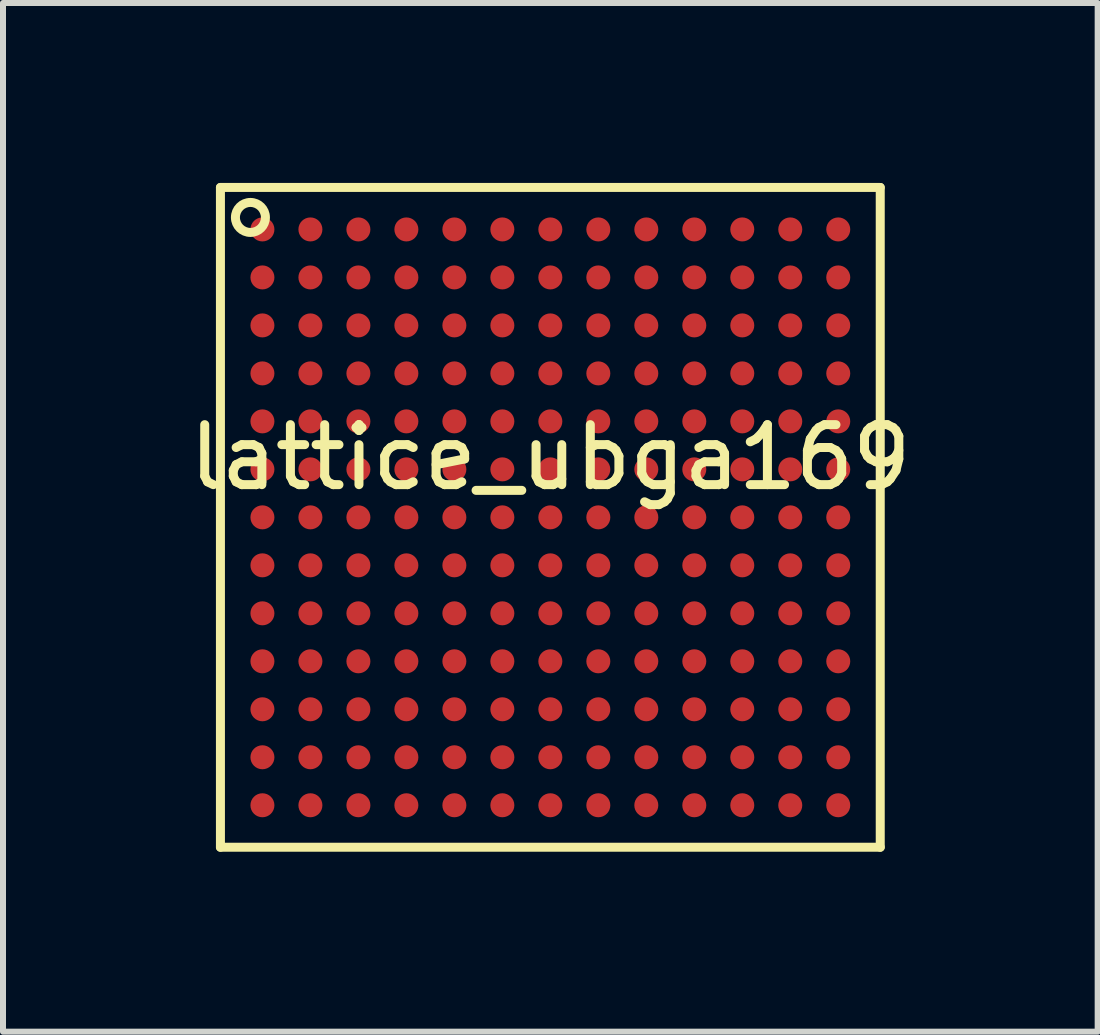
<source format=kicad_pcb>
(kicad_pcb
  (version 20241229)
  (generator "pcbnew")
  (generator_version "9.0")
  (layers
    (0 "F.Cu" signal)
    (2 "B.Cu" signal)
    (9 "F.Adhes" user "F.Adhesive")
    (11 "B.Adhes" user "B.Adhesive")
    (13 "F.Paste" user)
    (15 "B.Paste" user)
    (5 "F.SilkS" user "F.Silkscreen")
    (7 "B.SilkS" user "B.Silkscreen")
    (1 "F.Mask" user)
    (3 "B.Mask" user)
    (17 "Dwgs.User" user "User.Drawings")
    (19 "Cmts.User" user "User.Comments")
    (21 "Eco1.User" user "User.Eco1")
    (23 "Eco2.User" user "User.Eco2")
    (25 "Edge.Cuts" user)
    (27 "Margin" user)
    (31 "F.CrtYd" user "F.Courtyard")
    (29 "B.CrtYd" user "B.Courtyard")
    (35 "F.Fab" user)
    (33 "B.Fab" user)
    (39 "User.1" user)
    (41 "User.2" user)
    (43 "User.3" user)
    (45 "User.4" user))
  (footprint "lattice_ubga169"
    (layer "F.Cu")
    (at 6.125 5.575)
    (property "Reference" "lattice_ubga169" (at 0 -1 0) (layer "F.SilkS") (effects (font (size 1 1) (thickness 0.15))))
    (attr through_hole)
    (fp_line (start -5.5 -5.5) (end -5.5 5.5) (stroke (width 0.15) (type solid)) (layer "F.SilkS"))
    (fp_line (start -5.5 5.5) (end 5.5 5.5) (stroke (width 0.15) (type solid)) (layer "F.SilkS"))
    (fp_line (start 5.5 -5.5) (end -5.5 -5.5) (stroke (width 0.15) (type solid)) (layer "F.SilkS"))
    (fp_line (start 5.5 5.5) (end 5.5 -5.5) (stroke (width 0.15) (type solid)) (layer "F.SilkS"))
    (fp_circle (center -5 -5) (end -5 -4.75) (stroke (width 0.15) (type solid)) (fill no) (layer "F.SilkS"))
    (pad "A1" smd circle (at -4.8 -4.8) (size 0.4 0.4) (layers "F.Cu" "F.Mask" "F.Paste"))
    (pad "A2" smd circle (at -4 -4.8) (size 0.4 0.4) (layers "F.Cu" "F.Mask" "F.Paste"))
    (pad "A3" smd circle (at -3.2 -4.8) (size 0.4 0.4) (layers "F.Cu" "F.Mask" "F.Paste"))
    (pad "A4" smd circle (at -2.4 -4.8) (size 0.4 0.4) (layers "F.Cu" "F.Mask" "F.Paste"))
    (pad "A5" smd circle (at -1.6 -4.8) (size 0.4 0.4) (layers "F.Cu" "F.Mask" "F.Paste"))
    (pad "A6" smd circle (at -0.8 -4.8) (size 0.4 0.4) (layers "F.Cu" "F.Mask" "F.Paste"))
    (pad "A7" smd circle (at 0 -4.8) (size 0.4 0.4) (layers "F.Cu" "F.Mask" "F.Paste"))
    (pad "A8" smd circle (at 0.8 -4.8) (size 0.4 0.4) (layers "F.Cu" "F.Mask" "F.Paste"))
    (pad "A9" smd circle (at 1.6 -4.8) (size 0.4 0.4) (layers "F.Cu" "F.Mask" "F.Paste"))
    (pad "A10" smd circle (at 2.4 -4.8) (size 0.4 0.4) (layers "F.Cu" "F.Mask" "F.Paste"))
    (pad "A11" smd circle (at 3.2 -4.8) (size 0.4 0.4) (layers "F.Cu" "F.Mask" "F.Paste"))
    (pad "A12" smd circle (at 4 -4.8) (size 0.4 0.4) (layers "F.Cu" "F.Mask" "F.Paste"))
    (pad "A13" smd circle (at 4.8 -4.8) (size 0.4 0.4) (layers "F.Cu" "F.Mask" "F.Paste"))
    (pad "B1" smd circle (at -4.8 -4) (size 0.4 0.4) (layers "F.Cu" "F.Mask" "F.Paste"))
    (pad "B2" smd circle (at -4 -4) (size 0.4 0.4) (layers "F.Cu" "F.Mask" "F.Paste"))
    (pad "B3" smd circle (at -3.2 -4) (size 0.4 0.4) (layers "F.Cu" "F.Mask" "F.Paste"))
    (pad "B4" smd circle (at -2.4 -4) (size 0.4 0.4) (layers "F.Cu" "F.Mask" "F.Paste"))
    (pad "B5" smd circle (at -1.6 -4) (size 0.4 0.4) (layers "F.Cu" "F.Mask" "F.Paste"))
    (pad "B6" smd circle (at -0.8 -4) (size 0.4 0.4) (layers "F.Cu" "F.Mask" "F.Paste"))
    (pad "B7" smd circle (at 0 -4) (size 0.4 0.4) (layers "F.Cu" "F.Mask" "F.Paste"))
    (pad "B8" smd circle (at 0.8 -4) (size 0.4 0.4) (layers "F.Cu" "F.Mask" "F.Paste"))
    (pad "B9" smd circle (at 1.6 -4) (size 0.4 0.4) (layers "F.Cu" "F.Mask" "F.Paste"))
    (pad "B10" smd circle (at 2.4 -4) (size 0.4 0.4) (layers "F.Cu" "F.Mask" "F.Paste"))
    (pad "B11" smd circle (at 3.2 -4) (size 0.4 0.4) (layers "F.Cu" "F.Mask" "F.Paste"))
    (pad "B12" smd circle (at 4 -4) (size 0.4 0.4) (layers "F.Cu" "F.Mask" "F.Paste"))
    (pad "B13" smd circle (at 4.8 -4) (size 0.4 0.4) (layers "F.Cu" "F.Mask" "F.Paste"))
    (pad "C1" smd circle (at -4.8 -3.2) (size 0.4 0.4) (layers "F.Cu" "F.Mask" "F.Paste"))
    (pad "C2" smd circle (at -4 -3.2) (size 0.4 0.4) (layers "F.Cu" "F.Mask" "F.Paste"))
    (pad "C3" smd circle (at -3.2 -3.2) (size 0.4 0.4) (layers "F.Cu" "F.Mask" "F.Paste"))
    (pad "C4" smd circle (at -2.4 -3.2) (size 0.4 0.4) (layers "F.Cu" "F.Mask" "F.Paste"))
    (pad "C5" smd circle (at -1.6 -3.2) (size 0.4 0.4) (layers "F.Cu" "F.Mask" "F.Paste"))
    (pad "C6" smd circle (at -0.8 -3.2) (size 0.4 0.4) (layers "F.Cu" "F.Mask" "F.Paste"))
    (pad "C7" smd circle (at 0 -3.2) (size 0.4 0.4) (layers "F.Cu" "F.Mask" "F.Paste"))
    (pad "C8" smd circle (at 0.8 -3.2) (size 0.4 0.4) (layers "F.Cu" "F.Mask" "F.Paste"))
    (pad "C9" smd circle (at 1.6 -3.2) (size 0.4 0.4) (layers "F.Cu" "F.Mask" "F.Paste"))
    (pad "C10" smd circle (at 2.4 -3.2) (size 0.4 0.4) (layers "F.Cu" "F.Mask" "F.Paste"))
    (pad "C11" smd circle (at 3.2 -3.2) (size 0.4 0.4) (layers "F.Cu" "F.Mask" "F.Paste"))
    (pad "C12" smd circle (at 4 -3.2) (size 0.4 0.4) (layers "F.Cu" "F.Mask" "F.Paste"))
    (pad "C13" smd circle (at 4.8 -3.2) (size 0.4 0.4) (layers "F.Cu" "F.Mask" "F.Paste"))
    (pad "D1" smd circle (at -4.8 -2.4) (size 0.4 0.4) (layers "F.Cu" "F.Mask" "F.Paste"))
    (pad "D2" smd circle (at -4 -2.4) (size 0.4 0.4) (layers "F.Cu" "F.Mask" "F.Paste"))
    (pad "D3" smd circle (at -3.2 -2.4) (size 0.4 0.4) (layers "F.Cu" "F.Mask" "F.Paste"))
    (pad "D4" smd circle (at -2.4 -2.4) (size 0.4 0.4) (layers "F.Cu" "F.Mask" "F.Paste"))
    (pad "D5" smd circle (at -1.6 -2.4) (size 0.4 0.4) (layers "F.Cu" "F.Mask" "F.Paste"))
    (pad "D6" smd circle (at -0.8 -2.4) (size 0.4 0.4) (layers "F.Cu" "F.Mask" "F.Paste"))
    (pad "D7" smd circle (at 0 -2.4) (size 0.4 0.4) (layers "F.Cu" "F.Mask" "F.Paste"))
    (pad "D8" smd circle (at 0.8 -2.4) (size 0.4 0.4) (layers "F.Cu" "F.Mask" "F.Paste"))
    (pad "D9" smd circle (at 1.6 -2.4) (size 0.4 0.4) (layers "F.Cu" "F.Mask" "F.Paste"))
    (pad "D10" smd circle (at 2.4 -2.4) (size 0.4 0.4) (layers "F.Cu" "F.Mask" "F.Paste"))
    (pad "D11" smd circle (at 3.2 -2.4) (size 0.4 0.4) (layers "F.Cu" "F.Mask" "F.Paste"))
    (pad "D12" smd circle (at 4 -2.4) (size 0.4 0.4) (layers "F.Cu" "F.Mask" "F.Paste"))
    (pad "D13" smd circle (at 4.8 -2.4) (size 0.4 0.4) (layers "F.Cu" "F.Mask" "F.Paste"))
    (pad "E1" smd circle (at -4.8 -1.6) (size 0.4 0.4) (layers "F.Cu" "F.Mask" "F.Paste"))
    (pad "E2" smd circle (at -4 -1.6) (size 0.4 0.4) (layers "F.Cu" "F.Mask" "F.Paste"))
    (pad "E3" smd circle (at -3.2 -1.6) (size 0.4 0.4) (layers "F.Cu" "F.Mask" "F.Paste"))
    (pad "E4" smd circle (at -2.4 -1.6) (size 0.4 0.4) (layers "F.Cu" "F.Mask" "F.Paste"))
    (pad "E5" smd circle (at -1.6 -1.6) (size 0.4 0.4) (layers "F.Cu" "F.Mask" "F.Paste"))
    (pad "E6" smd circle (at -0.8 -1.6) (size 0.4 0.4) (layers "F.Cu" "F.Mask" "F.Paste"))
    (pad "E7" smd circle (at 0 -1.6) (size 0.4 0.4) (layers "F.Cu" "F.Mask" "F.Paste"))
    (pad "E8" smd circle (at 0.8 -1.6) (size 0.4 0.4) (layers "F.Cu" "F.Mask" "F.Paste"))
    (pad "E9" smd circle (at 1.6 -1.6) (size 0.4 0.4) (layers "F.Cu" "F.Mask" "F.Paste"))
    (pad "E10" smd circle (at 2.4 -1.6) (size 0.4 0.4) (layers "F.Cu" "F.Mask" "F.Paste"))
    (pad "E11" smd circle (at 3.2 -1.6) (size 0.4 0.4) (layers "F.Cu" "F.Mask" "F.Paste"))
    (pad "E12" smd circle (at 4 -1.6) (size 0.4 0.4) (layers "F.Cu" "F.Mask" "F.Paste"))
    (pad "E13" smd circle (at 4.8 -1.6) (size 0.4 0.4) (layers "F.Cu" "F.Mask" "F.Paste"))
    (pad "F1" smd circle (at -4.8 -0.8) (size 0.4 0.4) (layers "F.Cu" "F.Mask" "F.Paste"))
    (pad "F2" smd circle (at -4 -0.8) (size 0.4 0.4) (layers "F.Cu" "F.Mask" "F.Paste"))
    (pad "F3" smd circle (at -3.2 -0.8) (size 0.4 0.4) (layers "F.Cu" "F.Mask" "F.Paste"))
    (pad "F4" smd circle (at -2.4 -0.8) (size 0.4 0.4) (layers "F.Cu" "F.Mask" "F.Paste"))
    (pad "F5" smd circle (at -1.6 -0.8) (size 0.4 0.4) (layers "F.Cu" "F.Mask" "F.Paste"))
    (pad "F6" smd circle (at -0.8 -0.8) (size 0.4 0.4) (layers "F.Cu" "F.Mask" "F.Paste"))
    (pad "F7" smd circle (at 0 -0.8) (size 0.4 0.4) (layers "F.Cu" "F.Mask" "F.Paste"))
    (pad "F8" smd circle (at 0.8 -0.8) (size 0.4 0.4) (layers "F.Cu" "F.Mask" "F.Paste"))
    (pad "F9" smd circle (at 1.6 -0.8) (size 0.4 0.4) (layers "F.Cu" "F.Mask" "F.Paste"))
    (pad "F10" smd circle (at 2.4 -0.8) (size 0.4 0.4) (layers "F.Cu" "F.Mask" "F.Paste"))
    (pad "F11" smd circle (at 3.2 -0.8) (size 0.4 0.4) (layers "F.Cu" "F.Mask" "F.Paste"))
    (pad "F12" smd circle (at 4 -0.8) (size 0.4 0.4) (layers "F.Cu" "F.Mask" "F.Paste"))
    (pad "F13" smd circle (at 4.8 -0.8) (size 0.4 0.4) (layers "F.Cu" "F.Mask" "F.Paste"))
    (pad "G1" smd circle (at -4.8 0) (size 0.4 0.4) (layers "F.Cu" "F.Mask" "F.Paste"))
    (pad "G2" smd circle (at -4 0) (size 0.4 0.4) (layers "F.Cu" "F.Mask" "F.Paste"))
    (pad "G3" smd circle (at -3.2 0) (size 0.4 0.4) (layers "F.Cu" "F.Mask" "F.Paste"))
    (pad "G4" smd circle (at -2.4 0) (size 0.4 0.4) (layers "F.Cu" "F.Mask" "F.Paste"))
    (pad "G5" smd circle (at -1.6 0) (size 0.4 0.4) (layers "F.Cu" "F.Mask" "F.Paste"))
    (pad "G6" smd circle (at -0.8 0) (size 0.4 0.4) (layers "F.Cu" "F.Mask" "F.Paste"))
    (pad "G7" smd circle (at 0 0) (size 0.4 0.4) (layers "F.Cu" "F.Mask" "F.Paste"))
    (pad "G8" smd circle (at 0.8 0) (size 0.4 0.4) (layers "F.Cu" "F.Mask" "F.Paste"))
    (pad "G9" smd circle (at 1.6 0) (size 0.4 0.4) (layers "F.Cu" "F.Mask" "F.Paste"))
    (pad "G10" smd circle (at 2.4 0) (size 0.4 0.4) (layers "F.Cu" "F.Mask" "F.Paste"))
    (pad "G11" smd circle (at 3.2 0) (size 0.4 0.4) (layers "F.Cu" "F.Mask" "F.Paste"))
    (pad "G12" smd circle (at 4 0) (size 0.4 0.4) (layers "F.Cu" "F.Mask" "F.Paste"))
    (pad "G13" smd circle (at 4.8 0) (size 0.4 0.4) (layers "F.Cu" "F.Mask" "F.Paste"))
    (pad "H1" smd circle (at -4.8 0.8) (size 0.4 0.4) (layers "F.Cu" "F.Mask" "F.Paste"))
    (pad "H2" smd circle (at -4 0.8) (size 0.4 0.4) (layers "F.Cu" "F.Mask" "F.Paste"))
    (pad "H3" smd circle (at -3.2 0.8) (size 0.4 0.4) (layers "F.Cu" "F.Mask" "F.Paste"))
    (pad "H4" smd circle (at -2.4 0.8) (size 0.4 0.4) (layers "F.Cu" "F.Mask" "F.Paste"))
    (pad "H5" smd circle (at -1.6 0.8) (size 0.4 0.4) (layers "F.Cu" "F.Mask" "F.Paste"))
    (pad "H6" smd circle (at -0.8 0.8) (size 0.4 0.4) (layers "F.Cu" "F.Mask" "F.Paste"))
    (pad "H7" smd circle (at 0 0.8) (size 0.4 0.4) (layers "F.Cu" "F.Mask" "F.Paste"))
    (pad "H8" smd circle (at 0.8 0.8) (size 0.4 0.4) (layers "F.Cu" "F.Mask" "F.Paste"))
    (pad "H9" smd circle (at 1.6 0.8) (size 0.4 0.4) (layers "F.Cu" "F.Mask" "F.Paste"))
    (pad "H10" smd circle (at 2.4 0.8) (size 0.4 0.4) (layers "F.Cu" "F.Mask" "F.Paste"))
    (pad "H11" smd circle (at 3.2 0.8) (size 0.4 0.4) (layers "F.Cu" "F.Mask" "F.Paste"))
    (pad "H12" smd circle (at 4 0.8) (size 0.4 0.4) (layers "F.Cu" "F.Mask" "F.Paste"))
    (pad "H13" smd circle (at 4.8 0.8) (size 0.4 0.4) (layers "F.Cu" "F.Mask" "F.Paste"))
    (pad "J1" smd circle (at -4.8 1.6) (size 0.4 0.4) (layers "F.Cu" "F.Mask" "F.Paste"))
    (pad "J2" smd circle (at -4 1.6) (size 0.4 0.4) (layers "F.Cu" "F.Mask" "F.Paste"))
    (pad "J3" smd circle (at -3.2 1.6) (size 0.4 0.4) (layers "F.Cu" "F.Mask" "F.Paste"))
    (pad "J4" smd circle (at -2.4 1.6) (size 0.4 0.4) (layers "F.Cu" "F.Mask" "F.Paste"))
    (pad "J5" smd circle (at -1.6 1.6) (size 0.4 0.4) (layers "F.Cu" "F.Mask" "F.Paste"))
    (pad "J6" smd circle (at -0.8 1.6) (size 0.4 0.4) (layers "F.Cu" "F.Mask" "F.Paste"))
    (pad "J7" smd circle (at 0 1.6) (size 0.4 0.4) (layers "F.Cu" "F.Mask" "F.Paste"))
    (pad "J8" smd circle (at 0.8 1.6) (size 0.4 0.4) (layers "F.Cu" "F.Mask" "F.Paste"))
    (pad "J9" smd circle (at 1.6 1.6) (size 0.4 0.4) (layers "F.Cu" "F.Mask" "F.Paste"))
    (pad "J10" smd circle (at 2.4 1.6) (size 0.4 0.4) (layers "F.Cu" "F.Mask" "F.Paste"))
    (pad "J11" smd circle (at 3.2 1.6) (size 0.4 0.4) (layers "F.Cu" "F.Mask" "F.Paste"))
    (pad "J12" smd circle (at 4 1.6) (size 0.4 0.4) (layers "F.Cu" "F.Mask" "F.Paste"))
    (pad "J13" smd circle (at 4.8 1.6) (size 0.4 0.4) (layers "F.Cu" "F.Mask" "F.Paste"))
    (pad "K1" smd circle (at -4.8 2.4) (size 0.4 0.4) (layers "F.Cu" "F.Mask" "F.Paste"))
    (pad "K2" smd circle (at -4 2.4) (size 0.4 0.4) (layers "F.Cu" "F.Mask" "F.Paste"))
    (pad "K3" smd circle (at -3.2 2.4) (size 0.4 0.4) (layers "F.Cu" "F.Mask" "F.Paste"))
    (pad "K4" smd circle (at -2.4 2.4) (size 0.4 0.4) (layers "F.Cu" "F.Mask" "F.Paste"))
    (pad "K5" smd circle (at -1.6 2.4) (size 0.4 0.4) (layers "F.Cu" "F.Mask" "F.Paste"))
    (pad "K6" smd circle (at -0.8 2.4) (size 0.4 0.4) (layers "F.Cu" "F.Mask" "F.Paste"))
    (pad "K7" smd circle (at 0 2.4) (size 0.4 0.4) (layers "F.Cu" "F.Mask" "F.Paste"))
    (pad "K8" smd circle (at 0.8 2.4) (size 0.4 0.4) (layers "F.Cu" "F.Mask" "F.Paste"))
    (pad "K9" smd circle (at 1.6 2.4) (size 0.4 0.4) (layers "F.Cu" "F.Mask" "F.Paste"))
    (pad "K10" smd circle (at 2.4 2.4) (size 0.4 0.4) (layers "F.Cu" "F.Mask" "F.Paste"))
    (pad "K11" smd circle (at 3.2 2.4) (size 0.4 0.4) (layers "F.Cu" "F.Mask" "F.Paste"))
    (pad "K12" smd circle (at 4 2.4) (size 0.4 0.4) (layers "F.Cu" "F.Mask" "F.Paste"))
    (pad "K13" smd circle (at 4.8 2.4) (size 0.4 0.4) (layers "F.Cu" "F.Mask" "F.Paste"))
    (pad "L1" smd circle (at -4.8 3.2) (size 0.4 0.4) (layers "F.Cu" "F.Mask" "F.Paste"))
    (pad "L2" smd circle (at -4 3.2) (size 0.4 0.4) (layers "F.Cu" "F.Mask" "F.Paste"))
    (pad "L3" smd circle (at -3.2 3.2) (size 0.4 0.4) (layers "F.Cu" "F.Mask" "F.Paste"))
    (pad "L4" smd circle (at -2.4 3.2) (size 0.4 0.4) (layers "F.Cu" "F.Mask" "F.Paste"))
    (pad "L5" smd circle (at -1.6 3.2) (size 0.4 0.4) (layers "F.Cu" "F.Mask" "F.Paste"))
    (pad "L6" smd circle (at -0.8 3.2) (size 0.4 0.4) (layers "F.Cu" "F.Mask" "F.Paste"))
    (pad "L7" smd circle (at 0 3.2) (size 0.4 0.4) (layers "F.Cu" "F.Mask" "F.Paste"))
    (pad "L8" smd circle (at 0.8 3.2) (size 0.4 0.4) (layers "F.Cu" "F.Mask" "F.Paste"))
    (pad "L9" smd circle (at 1.6 3.2) (size 0.4 0.4) (layers "F.Cu" "F.Mask" "F.Paste"))
    (pad "L10" smd circle (at 2.4 3.2) (size 0.4 0.4) (layers "F.Cu" "F.Mask" "F.Paste"))
    (pad "L11" smd circle (at 3.2 3.2) (size 0.4 0.4) (layers "F.Cu" "F.Mask" "F.Paste"))
    (pad "L12" smd circle (at 4 3.2) (size 0.4 0.4) (layers "F.Cu" "F.Mask" "F.Paste"))
    (pad "L13" smd circle (at 4.8 3.2) (size 0.4 0.4) (layers "F.Cu" "F.Mask" "F.Paste"))
    (pad "M1" smd circle (at -4.8 4) (size 0.4 0.4) (layers "F.Cu" "F.Mask" "F.Paste"))
    (pad "M2" smd circle (at -4 4) (size 0.4 0.4) (layers "F.Cu" "F.Mask" "F.Paste"))
    (pad "M3" smd circle (at -3.2 4) (size 0.4 0.4) (layers "F.Cu" "F.Mask" "F.Paste"))
    (pad "M4" smd circle (at -2.4 4) (size 0.4 0.4) (layers "F.Cu" "F.Mask" "F.Paste"))
    (pad "M5" smd circle (at -1.6 4) (size 0.4 0.4) (layers "F.Cu" "F.Mask" "F.Paste"))
    (pad "M6" smd circle (at -0.8 4) (size 0.4 0.4) (layers "F.Cu" "F.Mask" "F.Paste"))
    (pad "M7" smd circle (at 0 4) (size 0.4 0.4) (layers "F.Cu" "F.Mask" "F.Paste"))
    (pad "M8" smd circle (at 0.8 4) (size 0.4 0.4) (layers "F.Cu" "F.Mask" "F.Paste"))
    (pad "M9" smd circle (at 1.6 4) (size 0.4 0.4) (layers "F.Cu" "F.Mask" "F.Paste"))
    (pad "M10" smd circle (at 2.4 4) (size 0.4 0.4) (layers "F.Cu" "F.Mask" "F.Paste"))
    (pad "M11" smd circle (at 3.2 4) (size 0.4 0.4) (layers "F.Cu" "F.Mask" "F.Paste"))
    (pad "M12" smd circle (at 4 4) (size 0.4 0.4) (layers "F.Cu" "F.Mask" "F.Paste"))
    (pad "M13" smd circle (at 4.8 4) (size 0.4 0.4) (layers "F.Cu" "F.Mask" "F.Paste"))
    (pad "N1" smd circle (at -4.8 4.8) (size 0.4 0.4) (layers "F.Cu" "F.Mask" "F.Paste"))
    (pad "N2" smd circle (at -4 4.8) (size 0.4 0.4) (layers "F.Cu" "F.Mask" "F.Paste"))
    (pad "N3" smd circle (at -3.2 4.8) (size 0.4 0.4) (layers "F.Cu" "F.Mask" "F.Paste"))
    (pad "N4" smd circle (at -2.4 4.8) (size 0.4 0.4) (layers "F.Cu" "F.Mask" "F.Paste"))
    (pad "N5" smd circle (at -1.6 4.8) (size 0.4 0.4) (layers "F.Cu" "F.Mask" "F.Paste"))
    (pad "N6" smd circle (at -0.8 4.8) (size 0.4 0.4) (layers "F.Cu" "F.Mask" "F.Paste"))
    (pad "N7" smd circle (at 0 4.8) (size 0.4 0.4) (layers "F.Cu" "F.Mask" "F.Paste"))
    (pad "N8" smd circle (at 0.8 4.8) (size 0.4 0.4) (layers "F.Cu" "F.Mask" "F.Paste"))
    (pad "N9" smd circle (at 1.6 4.8) (size 0.4 0.4) (layers "F.Cu" "F.Mask" "F.Paste"))
    (pad "N10" smd circle (at 2.4 4.8) (size 0.4 0.4) (layers "F.Cu" "F.Mask" "F.Paste"))
    (pad "N11" smd circle (at 3.2 4.8) (size 0.4 0.4) (layers "F.Cu" "F.Mask" "F.Paste"))
    (pad "N12" smd circle (at 4 4.8) (size 0.4 0.4) (layers "F.Cu" "F.Mask" "F.Paste"))
    (pad "N13" smd circle (at 4.8 4.8) (size 0.4 0.4) (layers "F.Cu" "F.Mask" "F.Paste")))
  (gr_rect
    (start -3 -3)
    (end 15.25 14.15)
    (stroke (width 0.1) (type default))
    (fill no)
    (layer "Edge.Cuts")))
</source>
